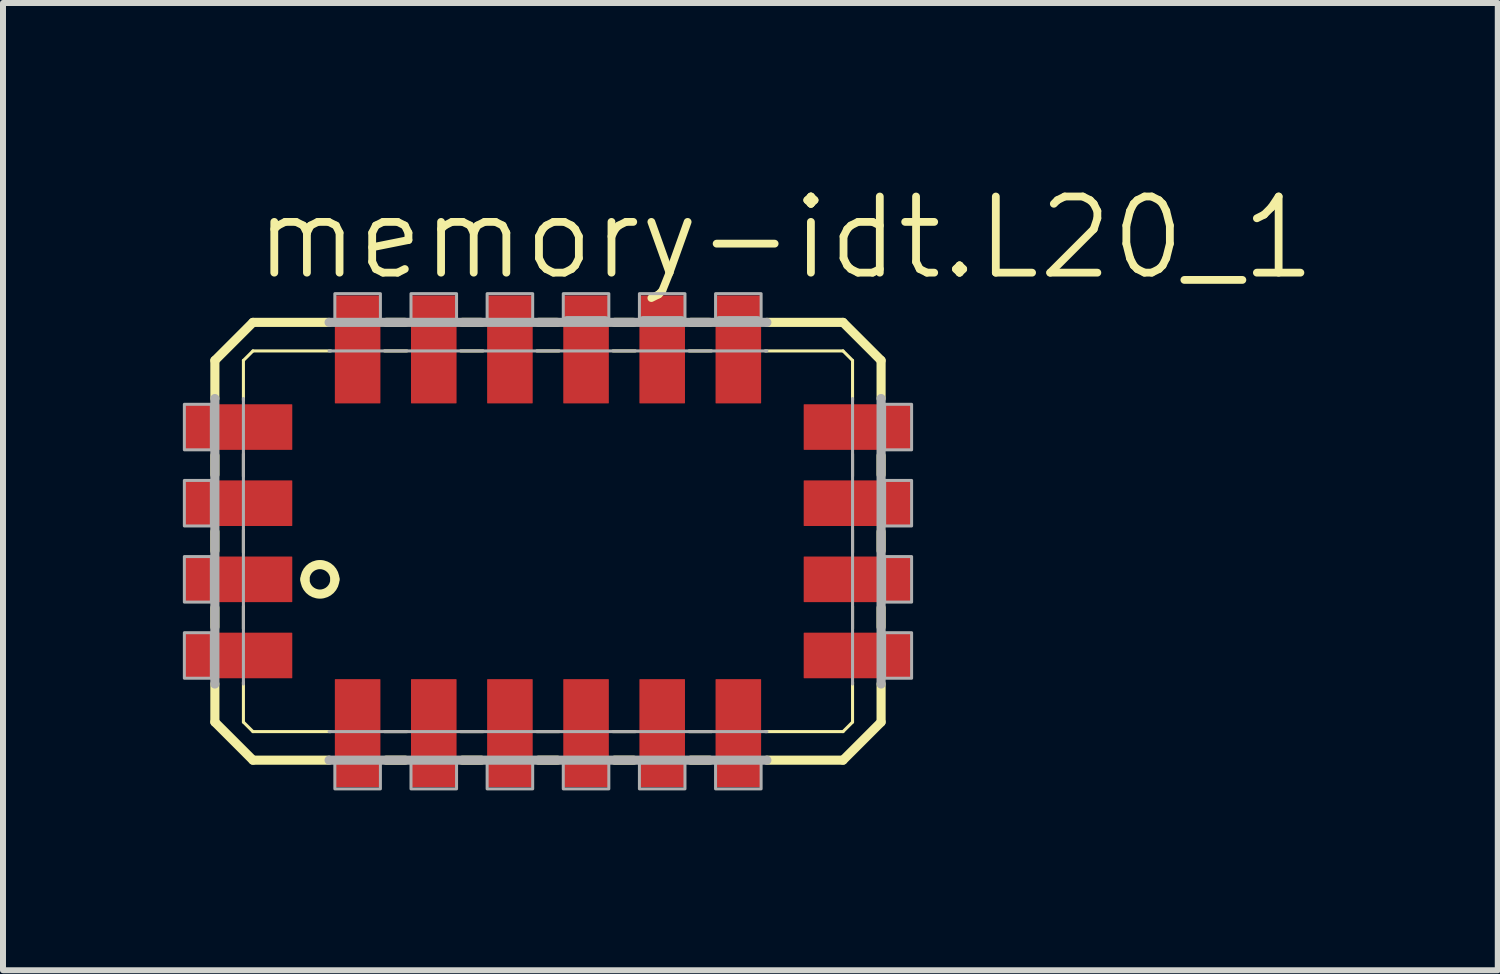
<source format=kicad_pcb>
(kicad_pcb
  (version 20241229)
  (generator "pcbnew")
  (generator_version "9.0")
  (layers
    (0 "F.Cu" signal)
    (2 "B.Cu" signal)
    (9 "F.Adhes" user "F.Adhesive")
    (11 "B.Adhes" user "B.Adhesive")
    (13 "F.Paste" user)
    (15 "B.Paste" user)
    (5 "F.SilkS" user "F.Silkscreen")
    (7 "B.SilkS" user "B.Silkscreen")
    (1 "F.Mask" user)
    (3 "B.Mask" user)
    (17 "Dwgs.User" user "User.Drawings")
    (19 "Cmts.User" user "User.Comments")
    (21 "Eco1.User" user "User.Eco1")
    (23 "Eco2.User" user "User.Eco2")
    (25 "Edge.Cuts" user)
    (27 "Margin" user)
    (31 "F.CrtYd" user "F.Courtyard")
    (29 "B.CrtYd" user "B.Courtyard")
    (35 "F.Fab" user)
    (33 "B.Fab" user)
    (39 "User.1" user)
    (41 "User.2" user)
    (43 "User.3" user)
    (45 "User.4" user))
  (footprint "memory-idt.L20_1"
    (layer "F.Cu")
    (at 5.455 5.978)
    (property "Reference" "memory-idt.L20_1" (at -4.318 -4.318 0) (layer "F.SilkS") (effects (font (size 1.27 1.27) (thickness 0.13)) (justify left bottom)))
    (attr smd)
    (fp_line (start -4.921 -3.016) (end -4.921 -2.381) (stroke (width 0.152) (type default)) (layer "F.SilkS"))
    (fp_line (start -4.921 -1.429) (end -4.921 -1.111) (stroke (width 0.152) (type default)) (layer "F.SilkS"))
    (fp_line (start -4.921 -0.159) (end -4.921 0.159) (stroke (width 0.152) (type default)) (layer "F.SilkS"))
    (fp_line (start -4.921 1.111) (end -4.921 1.429) (stroke (width 0.152) (type default)) (layer "F.SilkS"))
    (fp_line (start -4.921 2.381) (end -4.921 3.016) (stroke (width 0.152) (type default)) (layer "F.SilkS"))
    (fp_line (start -4.921 3.016) (end -4.286 3.651) (stroke (width 0.152) (type default)) (layer "F.SilkS"))
    (fp_line (start -4.445 -3.016) (end -4.286 -3.175) (stroke (width 0.051) (type default)) (layer "F.SilkS"))
    (fp_line (start -4.445 -2.353) (end -4.445 -3.016) (stroke (width 0.051) (type default)) (layer "F.SilkS"))
    (fp_line (start -4.445 -1.083) (end -4.445 -1.457) (stroke (width 0.051) (type default)) (layer "F.SilkS"))
    (fp_line (start -4.445 0.187) (end -4.445 -0.187) (stroke (width 0.051) (type default)) (layer "F.SilkS"))
    (fp_line (start -4.445 1.457) (end -4.445 1.083) (stroke (width 0.051) (type default)) (layer "F.SilkS"))
    (fp_line (start -4.445 3.016) (end -4.445 2.353) (stroke (width 0.051) (type default)) (layer "F.SilkS"))
    (fp_line (start -4.286 -3.651) (end -4.921 -3.016) (stroke (width 0.152) (type default)) (layer "F.SilkS"))
    (fp_line (start -4.286 -3.175) (end -2.988 -3.175) (stroke (width 0.051) (type default)) (layer "F.SilkS"))
    (fp_line (start -4.286 3.175) (end -4.445 3.016) (stroke (width 0.051) (type default)) (layer "F.SilkS"))
    (fp_line (start -4.286 3.651) (end -3.016 3.651) (stroke (width 0.152) (type default)) (layer "F.SilkS"))
    (fp_line (start -3.016 -3.651) (end -4.286 -3.651) (stroke (width 0.152) (type default)) (layer "F.SilkS"))
    (fp_line (start -2.991 3.175) (end -4.286 3.175) (stroke (width 0.051) (type default)) (layer "F.SilkS"))
    (fp_line (start -2.092 -3.175) (end -1.718 -3.175) (stroke (width 0.051) (type default)) (layer "F.SilkS"))
    (fp_line (start -2.064 3.651) (end -1.746 3.651) (stroke (width 0.152) (type default)) (layer "F.SilkS"))
    (fp_line (start -1.746 -3.651) (end -2.064 -3.651) (stroke (width 0.152) (type default)) (layer "F.SilkS"))
    (fp_line (start -1.718 3.175) (end -2.092 3.175) (stroke (width 0.051) (type default)) (layer "F.SilkS"))
    (fp_line (start -0.822 -3.175) (end -0.448 -3.175) (stroke (width 0.051) (type default)) (layer "F.SilkS"))
    (fp_line (start -0.794 3.651) (end -0.476 3.651) (stroke (width 0.152) (type default)) (layer "F.SilkS"))
    (fp_line (start -0.476 -3.651) (end -0.794 -3.651) (stroke (width 0.152) (type default)) (layer "F.SilkS"))
    (fp_line (start -0.448 3.175) (end -0.822 3.175) (stroke (width 0.051) (type default)) (layer "F.SilkS"))
    (fp_line (start 0.448 -3.175) (end 0.822 -3.175) (stroke (width 0.051) (type default)) (layer "F.SilkS"))
    (fp_line (start 0.476 3.651) (end 0.794 3.651) (stroke (width 0.152) (type default)) (layer "F.SilkS"))
    (fp_line (start 0.794 -3.651) (end 0.476 -3.651) (stroke (width 0.152) (type default)) (layer "F.SilkS"))
    (fp_line (start 0.822 3.175) (end 0.448 3.175) (stroke (width 0.051) (type default)) (layer "F.SilkS"))
    (fp_line (start 1.718 -3.175) (end 2.092 -3.175) (stroke (width 0.051) (type default)) (layer "F.SilkS"))
    (fp_line (start 1.746 3.651) (end 2.064 3.651) (stroke (width 0.152) (type default)) (layer "F.SilkS"))
    (fp_line (start 2.064 -3.651) (end 1.746 -3.651) (stroke (width 0.152) (type default)) (layer "F.SilkS"))
    (fp_line (start 2.092 3.175) (end 1.718 3.175) (stroke (width 0.051) (type default)) (layer "F.SilkS"))
    (fp_line (start 2.988 -3.175) (end 3.362 -3.175) (stroke (width 0.051) (type default)) (layer "F.SilkS"))
    (fp_line (start 3.016 3.651) (end 3.334 3.651) (stroke (width 0.152) (type default)) (layer "F.SilkS"))
    (fp_line (start 3.334 -3.651) (end 3.016 -3.651) (stroke (width 0.152) (type default)) (layer "F.SilkS"))
    (fp_line (start 3.362 3.175) (end 2.988 3.175) (stroke (width 0.051) (type default)) (layer "F.SilkS"))
    (fp_line (start 4.258 -3.175) (end 5.556 -3.175) (stroke (width 0.051) (type default)) (layer "F.SilkS"))
    (fp_line (start 4.286 3.651) (end 5.556 3.651) (stroke (width 0.152) (type default)) (layer "F.SilkS"))
    (fp_line (start 5.556 -3.651) (end 4.286 -3.651) (stroke (width 0.152) (type default)) (layer "F.SilkS"))
    (fp_line (start 5.556 -3.175) (end 5.715 -3.016) (stroke (width 0.051) (type default)) (layer "F.SilkS"))
    (fp_line (start 5.556 3.175) (end 4.258 3.175) (stroke (width 0.051) (type default)) (layer "F.SilkS"))
    (fp_line (start 5.556 3.651) (end 6.191 3.016) (stroke (width 0.152) (type default)) (layer "F.SilkS"))
    (fp_line (start 5.715 -3.016) (end 5.715 -2.353) (stroke (width 0.051) (type default)) (layer "F.SilkS"))
    (fp_line (start 5.715 -1.457) (end 5.715 -1.083) (stroke (width 0.051) (type default)) (layer "F.SilkS"))
    (fp_line (start 5.715 -0.187) (end 5.715 0.187) (stroke (width 0.051) (type default)) (layer "F.SilkS"))
    (fp_line (start 5.715 1.083) (end 5.715 1.457) (stroke (width 0.051) (type default)) (layer "F.SilkS"))
    (fp_line (start 5.715 2.353) (end 5.715 3.016) (stroke (width 0.051) (type default)) (layer "F.SilkS"))
    (fp_line (start 5.715 3.016) (end 5.556 3.175) (stroke (width 0.051) (type default)) (layer "F.SilkS"))
    (fp_line (start 6.191 -3.016) (end 5.556 -3.651) (stroke (width 0.152) (type default)) (layer "F.SilkS"))
    (fp_line (start 6.191 -2.381) (end 6.191 -3.016) (stroke (width 0.152) (type default)) (layer "F.SilkS"))
    (fp_line (start 6.191 -1.111) (end 6.191 -1.429) (stroke (width 0.152) (type default)) (layer "F.SilkS"))
    (fp_line (start 6.191 0.159) (end 6.191 -0.159) (stroke (width 0.152) (type default)) (layer "F.SilkS"))
    (fp_line (start 6.191 1.429) (end 6.191 1.111) (stroke (width 0.152) (type default)) (layer "F.SilkS"))
    (fp_line (start 6.191 3.016) (end 6.191 2.381) (stroke (width 0.152) (type default)) (layer "F.SilkS"))
    (fp_arc (start -3.419 0.639) (mid -3.169 0.389) (end -2.919 0.639) (stroke (width 0.1524) (type default)) (layer "F.SilkS"))
    (fp_arc (start -2.919 0.631) (mid -3.169 0.881) (end -3.419 0.631) (stroke (width 0.1524) (type default)) (layer "F.SilkS"))
    (fp_line (start -4.921 -2.381) (end -4.921 2.381) (stroke (width 0.152) (type default)) (layer "F.Fab"))
    (fp_line (start -4.445 2.381) (end -4.445 -2.381) (stroke (width 0.051) (type default)) (layer "F.Fab"))
    (fp_line (start -3.016 -3.175) (end 4.286 -3.175) (stroke (width 0.051) (type default)) (layer "F.Fab"))
    (fp_line (start -3.016 3.651) (end 4.286 3.651) (stroke (width 0.152) (type default)) (layer "F.Fab"))
    (fp_line (start 0.95 -3.68) (end 1.59 -3.68) (stroke (width 0.152) (type default)) (layer "F.Fab"))
    (fp_line (start 2.22 -3.68) (end 2.86 -3.68) (stroke (width 0.152) (type default)) (layer "F.Fab"))
    (fp_line (start 3.49 -3.68) (end 4.13 -3.68) (stroke (width 0.152) (type default)) (layer "F.Fab"))
    (fp_line (start 4.286 -3.651) (end -3.016 -3.651) (stroke (width 0.152) (type default)) (layer "F.Fab"))
    (fp_line (start 4.286 3.175) (end -3.016 3.175) (stroke (width 0.051) (type default)) (layer "F.Fab"))
    (fp_line (start 5.715 -2.381) (end 5.715 2.381) (stroke (width 0.051) (type default)) (layer "F.Fab"))
    (fp_line (start 6.191 2.381) (end 6.191 -2.381) (stroke (width 0.152) (type default)) (layer "F.Fab"))
    (fp_rect (start -5.43 -1.525) (end -4.98 -2.285) (stroke (width 0.05) (type default)) (fill no) (layer "F.Fab"))
    (fp_rect (start -5.43 -0.255) (end -4.98 -1.015) (stroke (width 0.05) (type default)) (fill no) (layer "F.Fab"))
    (fp_rect (start -5.43 1.015) (end -4.98 0.255) (stroke (width 0.05) (type default)) (fill no) (layer "F.Fab"))
    (fp_rect (start -5.43 2.285) (end -4.98 1.525) (stroke (width 0.05) (type default)) (fill no) (layer "F.Fab"))
    (fp_rect (start -2.92 -3.68) (end -2.16 -4.13) (stroke (width 0.05) (type default)) (fill no) (layer "F.Fab"))
    (fp_rect (start -2.92 4.13) (end -2.16 3.68) (stroke (width 0.05) (type default)) (fill no) (layer "F.Fab"))
    (fp_rect (start -1.65 -3.68) (end -0.89 -4.13) (stroke (width 0.05) (type default)) (fill no) (layer "F.Fab"))
    (fp_rect (start -1.65 4.13) (end -0.89 3.68) (stroke (width 0.05) (type default)) (fill no) (layer "F.Fab"))
    (fp_rect (start -0.38 -3.68) (end 0.38 -4.13) (stroke (width 0.05) (type default)) (fill no) (layer "F.Fab"))
    (fp_rect (start -0.38 4.13) (end 0.38 3.68) (stroke (width 0.05) (type default)) (fill no) (layer "F.Fab"))
    (fp_rect (start 0.89 -3.68) (end 1.65 -4.13) (stroke (width 0.05) (type default)) (fill no) (layer "F.Fab"))
    (fp_rect (start 0.89 4.13) (end 1.65 3.68) (stroke (width 0.05) (type default)) (fill no) (layer "F.Fab"))
    (fp_rect (start 2.16 -3.68) (end 2.92 -4.13) (stroke (width 0.05) (type default)) (fill no) (layer "F.Fab"))
    (fp_rect (start 2.16 4.13) (end 2.92 3.68) (stroke (width 0.05) (type default)) (fill no) (layer "F.Fab"))
    (fp_rect (start 3.43 -3.68) (end 4.19 -4.13) (stroke (width 0.05) (type default)) (fill no) (layer "F.Fab"))
    (fp_rect (start 3.43 4.13) (end 4.19 3.68) (stroke (width 0.05) (type default)) (fill no) (layer "F.Fab"))
    (fp_rect (start 6.25 -1.525) (end 6.7 -2.285) (stroke (width 0.05) (type default)) (fill no) (layer "F.Fab"))
    (fp_rect (start 6.25 -0.255) (end 6.7 -1.015) (stroke (width 0.05) (type default)) (fill no) (layer "F.Fab"))
    (fp_rect (start 6.25 1.015) (end 6.7 0.255) (stroke (width 0.05) (type default)) (fill no) (layer "F.Fab"))
    (fp_rect (start 6.25 2.285) (end 6.7 1.525) (stroke (width 0.05) (type default)) (fill no) (layer "F.Fab"))
    (pad "1" smd roundrect (at -4.53 0.635) (size 1.8 0.76) (layers "F.Cu" "F.Mask" "F.Paste") (roundrect_rratio 0.01))
    (pad "2" smd roundrect (at -4.53 1.905) (size 1.8 0.76) (layers "F.Cu" "F.Mask" "F.Paste") (roundrect_rratio 0.01))
    (pad "3" smd roundrect (at -2.54 3.2) (size 0.76 1.8) (layers "F.Cu" "F.Mask" "F.Paste") (roundrect_rratio 0.01))
    (pad "4" smd roundrect (at -1.27 3.2) (size 0.76 1.8) (layers "F.Cu" "F.Mask" "F.Paste") (roundrect_rratio 0.01))
    (pad "5" smd roundrect (at 0 3.2) (size 0.76 1.8) (layers "F.Cu" "F.Mask" "F.Paste") (roundrect_rratio 0.01))
    (pad "6" smd roundrect (at 1.27 3.2) (size 0.76 1.8) (layers "F.Cu" "F.Mask" "F.Paste") (roundrect_rratio 0.01))
    (pad "7" smd roundrect (at 2.54 3.2) (size 0.76 1.8) (layers "F.Cu" "F.Mask" "F.Paste") (roundrect_rratio 0.01))
    (pad "8" smd roundrect (at 3.81 3.2) (size 0.76 1.8) (layers "F.Cu" "F.Mask" "F.Paste") (roundrect_rratio 0.01))
    (pad "9" smd roundrect (at 5.8 1.905) (size 1.8 0.76) (layers "F.Cu" "F.Mask" "F.Paste") (roundrect_rratio 0.01))
    (pad "10" smd roundrect (at 5.8 0.635) (size 1.8 0.76) (layers "F.Cu" "F.Mask" "F.Paste") (roundrect_rratio 0.01))
    (pad "11" smd roundrect (at 5.8 -0.635) (size 1.8 0.76) (layers "F.Cu" "F.Mask" "F.Paste") (roundrect_rratio 0.01))
    (pad "12" smd roundrect (at 5.8 -1.905) (size 1.8 0.76) (layers "F.Cu" "F.Mask" "F.Paste") (roundrect_rratio 0.01))
    (pad "13" smd roundrect (at 3.81 -3.2) (size 0.76 1.8) (layers "F.Cu" "F.Mask" "F.Paste") (roundrect_rratio 0.01))
    (pad "14" smd roundrect (at 2.54 -3.2) (size 0.76 1.8) (layers "F.Cu" "F.Mask" "F.Paste") (roundrect_rratio 0.01))
    (pad "15" smd roundrect (at 1.27 -3.2) (size 0.76 1.8) (layers "F.Cu" "F.Mask" "F.Paste") (roundrect_rratio 0.01))
    (pad "16" smd roundrect (at 0 -3.2) (size 0.76 1.8) (layers "F.Cu" "F.Mask" "F.Paste") (roundrect_rratio 0.01))
    (pad "17" smd roundrect (at -1.27 -3.2) (size 0.76 1.8) (layers "F.Cu" "F.Mask" "F.Paste") (roundrect_rratio 0.01))
    (pad "18" smd roundrect (at -2.54 -3.2) (size 0.76 1.8) (layers "F.Cu" "F.Mask" "F.Paste") (roundrect_rratio 0.01))
    (pad "19" smd roundrect (at -4.53 -1.905) (size 1.8 0.76) (layers "F.Cu" "F.Mask" "F.Paste") (roundrect_rratio 0.01))
    (pad "20" smd roundrect (at -4.53 -0.635) (size 1.8 0.76) (layers "F.Cu" "F.Mask" "F.Paste") (roundrect_rratio 0.01)))
  (gr_rect
    (start -3 -3)
    (end 21.932 13.133)
    (stroke (width 0.1) (type default))
    (fill no)
    (layer "Edge.Cuts")))
</source>
